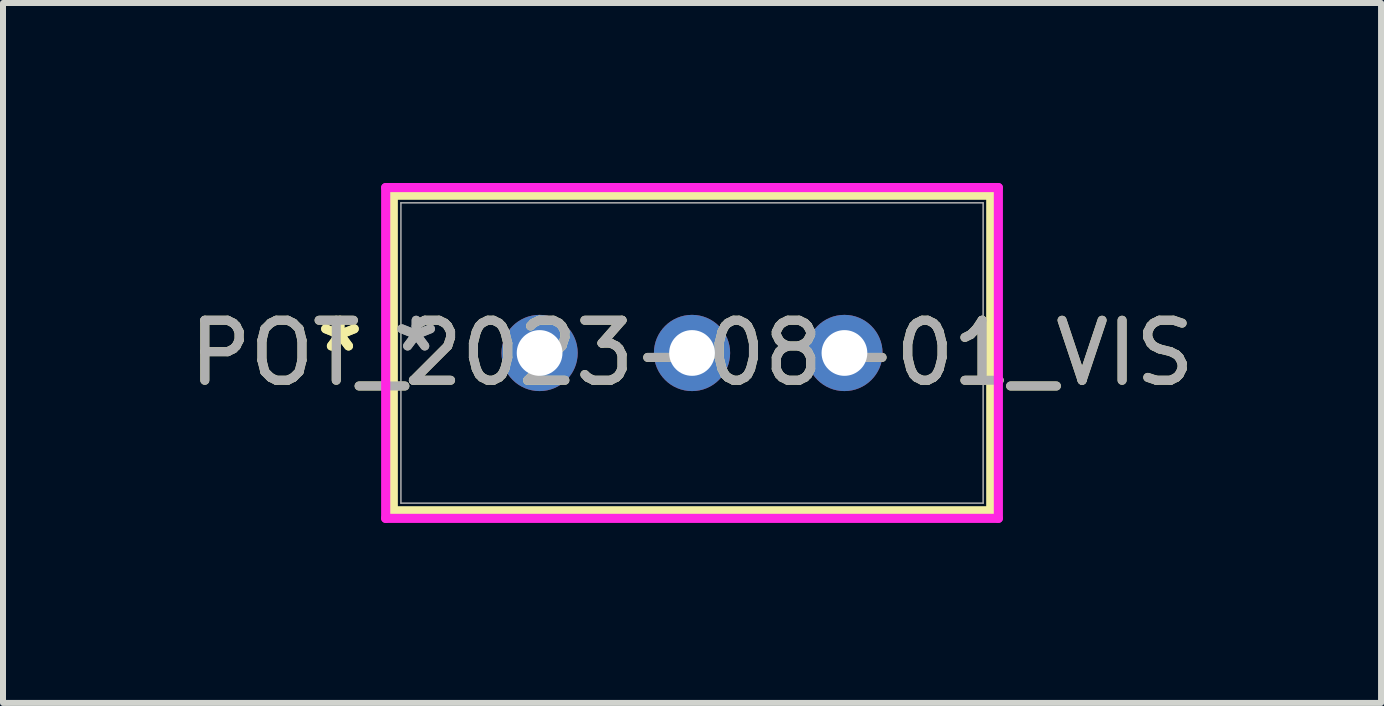
<source format=kicad_pcb>
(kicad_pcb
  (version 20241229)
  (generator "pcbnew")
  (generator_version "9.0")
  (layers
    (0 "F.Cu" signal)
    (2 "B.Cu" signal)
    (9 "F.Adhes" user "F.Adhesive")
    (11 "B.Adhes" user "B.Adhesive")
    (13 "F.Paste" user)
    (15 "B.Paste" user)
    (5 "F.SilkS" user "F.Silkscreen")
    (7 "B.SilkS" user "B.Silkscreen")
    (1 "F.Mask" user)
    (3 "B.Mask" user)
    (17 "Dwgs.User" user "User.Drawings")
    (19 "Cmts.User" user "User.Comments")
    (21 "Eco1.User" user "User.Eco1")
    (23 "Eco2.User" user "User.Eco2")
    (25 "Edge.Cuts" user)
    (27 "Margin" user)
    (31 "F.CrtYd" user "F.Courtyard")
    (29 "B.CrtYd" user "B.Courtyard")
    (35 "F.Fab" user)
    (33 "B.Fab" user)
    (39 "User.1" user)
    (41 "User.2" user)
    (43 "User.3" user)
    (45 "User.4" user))
  (footprint "POT_2023-08-01_VIS"
    (layer "F.Cu")
    (at 5.942 2.832)
    (property "Reference" "POT_2023-08-01_VIS" (at 2.54 0 0) (unlocked yes) (layer "F.SilkS") (effects (font (size 1 1) (thickness 0.15))))
    (attr through_hole)
    (fp_line (start -2.438 -2.629) (end -2.438 2.629) (stroke (width 0.152) (type solid)) (layer "F.SilkS"))
    (fp_line (start -2.438 2.629) (end 7.518 2.629) (stroke (width 0.152) (type solid)) (layer "F.SilkS"))
    (fp_line (start 7.518 -2.629) (end -2.438 -2.629) (stroke (width 0.152) (type solid)) (layer "F.SilkS"))
    (fp_line (start 7.518 2.629) (end 7.518 -2.629) (stroke (width 0.152) (type solid)) (layer "F.SilkS"))
    (fp_line (start -2.565 -2.756) (end 7.645 -2.756) (stroke (width 0.152) (type solid)) (layer "F.CrtYd"))
    (fp_line (start -2.565 2.756) (end -2.565 -2.756) (stroke (width 0.152) (type solid)) (layer "F.CrtYd"))
    (fp_line (start 7.645 -2.756) (end 7.645 2.756) (stroke (width 0.152) (type solid)) (layer "F.CrtYd"))
    (fp_line (start 7.645 2.756) (end -2.565 2.756) (stroke (width 0.152) (type solid)) (layer "F.CrtYd"))
    (fp_line (start -2.311 -2.502) (end -2.311 2.502) (stroke (width 0.025) (type solid)) (layer "F.Fab"))
    (fp_line (start -2.311 2.502) (end 7.391 2.502) (stroke (width 0.025) (type solid)) (layer "F.Fab"))
    (fp_line (start 7.391 -2.502) (end -2.311 -2.502) (stroke (width 0.025) (type solid)) (layer "F.Fab"))
    (fp_line (start 7.391 2.502) (end 7.391 -2.502) (stroke (width 0.025) (type solid)) (layer "F.Fab"))
    (fp_text user "*" (at -3.327 0 0) (unlocked yes) (layer "F.SilkS") (effects (font (size 1 1) (thickness 0.15))))
    (fp_text user "*" (at -3.327 0 0) (layer "F.SilkS") (effects (font (size 1 1) (thickness 0.15))))
    (fp_text user "${REFERENCE}" (at 2.54 0 0) (unlocked yes) (layer "F.Fab") (effects (font (size 1 1) (thickness 0.15))))
    (fp_text user "*" (at -2.057 0 0) (unlocked yes) (layer "F.Fab") (effects (font (size 1 1) (thickness 0.15))))
    (fp_text user "*" (at -2.057 0 0) (layer "F.Fab") (effects (font (size 1 1) (thickness 0.15))))
    (pad "1" thru_hole circle (at 0 0) (size 1.27 1.27) (drill 0.762) (layers "*.Cu" "*.Mask"))
    (pad "2" thru_hole circle (at 2.54 0) (size 1.27 1.27) (drill 0.762) (layers "*.Cu" "*.Mask"))
    (pad "3" thru_hole circle (at 5.08 0) (size 1.27 1.27) (drill 0.762) (layers "*.Cu" "*.Mask")))
  (gr_rect
    (start -3 -3)
    (end 19.964 8.664)
    (stroke (width 0.1) (type default))
    (fill no)
    (layer "Edge.Cuts")))
</source>
